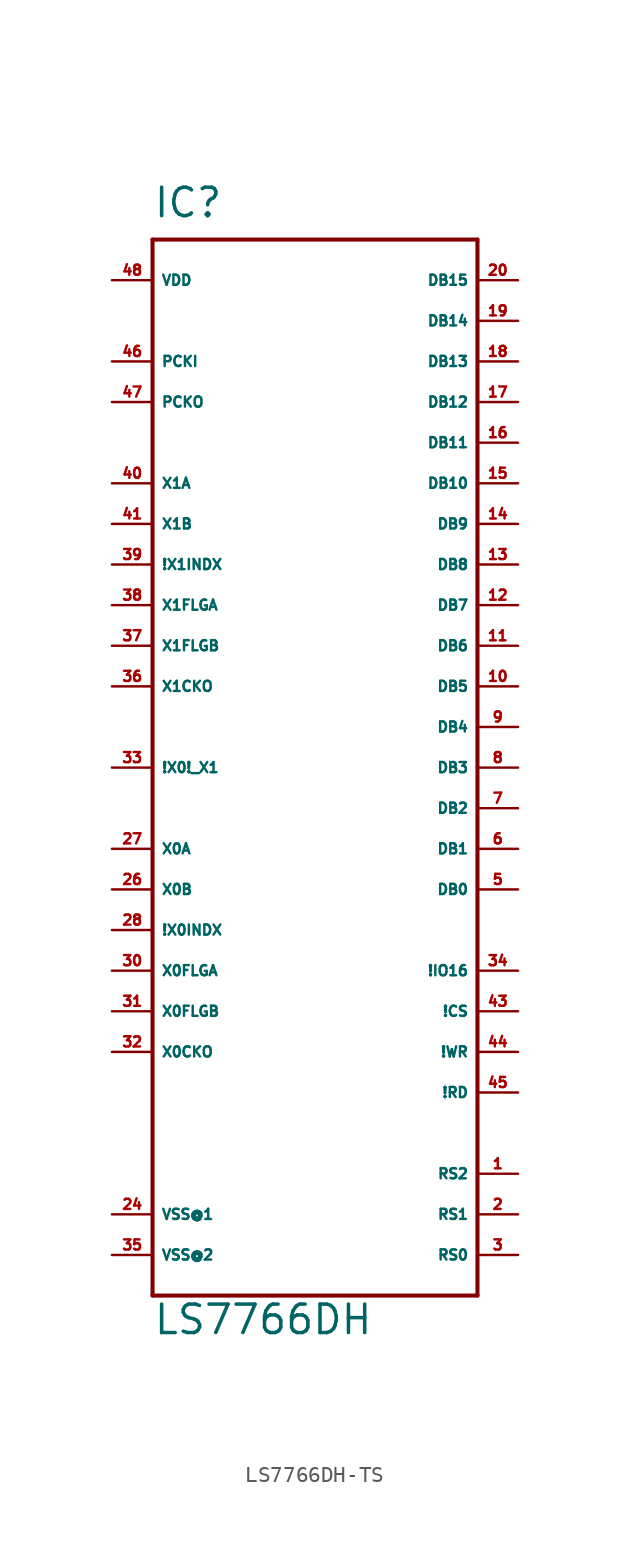
<source format=kicad_sym>
(kicad_symbol_lib
  (version 20220914)
  (generator Eagle2Kicad)
  (symbol "LS7766DH-TS"
    (property "Reference" "IC"
      (at -10.16 31.75 0)
      (effects (font (size 1.778 1.778) (thickness 0.22)) (justify left bottom)))
    (property "Value" "LS7766DH"
      (at -10.16 -38.1 0)
      (effects (font (size 1.778 1.778) (thickness 0.22)) (justify left bottom)))
    (polyline
      (pts (xy -10.16 30.48) (xy 10.16 30.48))
      (stroke (width 0.254) (type default))
      (fill (type none)))
    (polyline
      (pts (xy 10.16 30.48) (xy 10.16 -35.56))
      (stroke (width 0.254) (type default))
      (fill (type none)))
    (polyline
      (pts (xy 10.16 -35.56) (xy -10.16 -35.56))
      (stroke (width 0.254) (type default))
      (fill (type none)))
    (polyline
      (pts (xy -10.16 -35.56) (xy -10.16 30.48))
      (stroke (width 0.254) (type default))
      (fill (type none)))
    (pin tri_state line
      (at 12.7 -10.16 180)
      (length 2.54)
      (name "DB0" (effects (font (size 0.635 0.635) (thickness 0.08)) (justify left bottom)))
      (number "5" (effects (font (size 0.635 0.635) (thickness 0.08)) (justify left bottom))))
    (pin tri_state line
      (at 12.7 -7.62 180)
      (length 2.54)
      (name "DB1" (effects (font (size 0.635 0.635) (thickness 0.08)) (justify left bottom)))
      (number "6" (effects (font (size 0.635 0.635) (thickness 0.08)) (justify left bottom))))
    (pin tri_state line
      (at 12.7 -5.08 180)
      (length 2.54)
      (name "DB2" (effects (font (size 0.635 0.635) (thickness 0.08)) (justify left bottom)))
      (number "7" (effects (font (size 0.635 0.635) (thickness 0.08)) (justify left bottom))))
    (pin tri_state line
      (at 12.7 -2.54 180)
      (length 2.54)
      (name "DB3" (effects (font (size 0.635 0.635) (thickness 0.08)) (justify left bottom)))
      (number "8" (effects (font (size 0.635 0.635) (thickness 0.08)) (justify left bottom))))
    (pin tri_state line
      (at 12.7 0 180)
      (length 2.54)
      (name "DB4" (effects (font (size 0.635 0.635) (thickness 0.08)) (justify left bottom)))
      (number "9" (effects (font (size 0.635 0.635) (thickness 0.08)) (justify left bottom))))
    (pin tri_state line
      (at 12.7 2.54 180)
      (length 2.54)
      (name "DB5" (effects (font (size 0.635 0.635) (thickness 0.08)) (justify left bottom)))
      (number "10" (effects (font (size 0.635 0.635) (thickness 0.08)) (justify left bottom))))
    (pin tri_state line
      (at 12.7 5.08 180)
      (length 2.54)
      (name "DB6" (effects (font (size 0.635 0.635) (thickness 0.08)) (justify left bottom)))
      (number "11" (effects (font (size 0.635 0.635) (thickness 0.08)) (justify left bottom))))
    (pin tri_state line
      (at 12.7 7.62 180)
      (length 2.54)
      (name "DB7" (effects (font (size 0.635 0.635) (thickness 0.08)) (justify left bottom)))
      (number "12" (effects (font (size 0.635 0.635) (thickness 0.08)) (justify left bottom))))
    (pin tri_state line
      (at 12.7 10.16 180)
      (length 2.54)
      (name "DB8" (effects (font (size 0.635 0.635) (thickness 0.08)) (justify left bottom)))
      (number "13" (effects (font (size 0.635 0.635) (thickness 0.08)) (justify left bottom))))
    (pin tri_state line
      (at 12.7 12.7 180)
      (length 2.54)
      (name "DB9" (effects (font (size 0.635 0.635) (thickness 0.08)) (justify left bottom)))
      (number "14" (effects (font (size 0.635 0.635) (thickness 0.08)) (justify left bottom))))
    (pin tri_state line
      (at 12.7 15.24 180)
      (length 2.54)
      (name "DB10" (effects (font (size 0.635 0.635) (thickness 0.08)) (justify left bottom)))
      (number "15" (effects (font (size 0.635 0.635) (thickness 0.08)) (justify left bottom))))
    (pin tri_state line
      (at 12.7 17.78 180)
      (length 2.54)
      (name "DB11" (effects (font (size 0.635 0.635) (thickness 0.08)) (justify left bottom)))
      (number "16" (effects (font (size 0.635 0.635) (thickness 0.08)) (justify left bottom))))
    (pin tri_state line
      (at 12.7 20.32 180)
      (length 2.54)
      (name "DB12" (effects (font (size 0.635 0.635) (thickness 0.08)) (justify left bottom)))
      (number "17" (effects (font (size 0.635 0.635) (thickness 0.08)) (justify left bottom))))
    (pin tri_state line
      (at 12.7 22.86 180)
      (length 2.54)
      (name "DB13" (effects (font (size 0.635 0.635) (thickness 0.08)) (justify left bottom)))
      (number "18" (effects (font (size 0.635 0.635) (thickness 0.08)) (justify left bottom))))
    (pin tri_state line
      (at 12.7 25.4 180)
      (length 2.54)
      (name "DB14" (effects (font (size 0.635 0.635) (thickness 0.08)) (justify left bottom)))
      (number "19" (effects (font (size 0.635 0.635) (thickness 0.08)) (justify left bottom))))
    (pin tri_state line
      (at 12.7 27.94 180)
      (length 2.54)
      (name "DB15" (effects (font (size 0.635 0.635) (thickness 0.08)) (justify left bottom)))
      (number "20" (effects (font (size 0.635 0.635) (thickness 0.08)) (justify left bottom))))
    (pin input line
      (at 12.7 -33.02 180)
      (length 2.54)
      (name "RS0" (effects (font (size 0.635 0.635) (thickness 0.08)) (justify left bottom)))
      (number "3" (effects (font (size 0.635 0.635) (thickness 0.08)) (justify left bottom))))
    (pin input line
      (at 12.7 -30.48 180)
      (length 2.54)
      (name "RS1" (effects (font (size 0.635 0.635) (thickness 0.08)) (justify left bottom)))
      (number "2" (effects (font (size 0.635 0.635) (thickness 0.08)) (justify left bottom))))
    (pin input line
      (at 12.7 -27.94 180)
      (length 2.54)
      (name "RS2" (effects (font (size 0.635 0.635) (thickness 0.08)) (justify left bottom)))
      (number "1" (effects (font (size 0.635 0.635) (thickness 0.08)) (justify left bottom))))
    (pin unspecified line
      (at -12.7 27.94 0)
      (length 2.54)
      (name "VDD" (effects (font (size 0.635 0.635) (thickness 0.08)) (justify left bottom)))
      (number "48" (effects (font (size 0.635 0.635) (thickness 0.08)) (justify left bottom))))
    (pin unspecified line
      (at -12.7 -30.48 0)
      (length 2.54)
      (name "VSS@1" (effects (font (size 0.635 0.635) (thickness 0.08)) (justify left bottom)))
      (number "24" (effects (font (size 0.635 0.635) (thickness 0.08)) (justify left bottom))))
    (pin output line
      (at -12.7 20.32 0)
      (length 2.54)
      (name "PCKO" (effects (font (size 0.635 0.635) (thickness 0.08)) (justify left bottom)))
      (number "47" (effects (font (size 0.635 0.635) (thickness 0.08)) (justify left bottom))))
    (pin input line
      (at -12.7 22.86 0)
      (length 2.54)
      (name "PCKI" (effects (font (size 0.635 0.635) (thickness 0.08)) (justify left bottom)))
      (number "46" (effects (font (size 0.635 0.635) (thickness 0.08)) (justify left bottom))))
    (pin input line
      (at 12.7 -22.86 180)
      (length 2.54)
      (name "!RD" (effects (font (size 0.635 0.635) (thickness 0.08)) (justify left bottom)))
      (number "45" (effects (font (size 0.635 0.635) (thickness 0.08)) (justify left bottom))))
    (pin input line
      (at 12.7 -20.32 180)
      (length 2.54)
      (name "!WR" (effects (font (size 0.635 0.635) (thickness 0.08)) (justify left bottom)))
      (number "44" (effects (font (size 0.635 0.635) (thickness 0.08)) (justify left bottom))))
    (pin input line
      (at 12.7 -17.78 180)
      (length 2.54)
      (name "!CS" (effects (font (size 0.635 0.635) (thickness 0.08)) (justify left bottom)))
      (number "43" (effects (font (size 0.635 0.635) (thickness 0.08)) (justify left bottom))))
    (pin input line
      (at 12.7 -15.24 180)
      (length 2.54)
      (name "!IO16" (effects (font (size 0.635 0.635) (thickness 0.08)) (justify left bottom)))
      (number "34" (effects (font (size 0.635 0.635) (thickness 0.08)) (justify left bottom))))
    (pin input line
      (at -12.7 15.24 0)
      (length 2.54)
      (name "X1A" (effects (font (size 0.635 0.635) (thickness 0.08)) (justify left bottom)))
      (number "40" (effects (font (size 0.635 0.635) (thickness 0.08)) (justify left bottom))))
    (pin input line
      (at -12.7 12.7 0)
      (length 2.54)
      (name "X1B" (effects (font (size 0.635 0.635) (thickness 0.08)) (justify left bottom)))
      (number "41" (effects (font (size 0.635 0.635) (thickness 0.08)) (justify left bottom))))
    (pin input line
      (at -12.7 10.16 0)
      (length 2.54)
      (name "!X1INDX" (effects (font (size 0.635 0.635) (thickness 0.08)) (justify left bottom)))
      (number "39" (effects (font (size 0.635 0.635) (thickness 0.08)) (justify left bottom))))
    (pin output line
      (at -12.7 7.62 0)
      (length 2.54)
      (name "X1FLGA" (effects (font (size 0.635 0.635) (thickness 0.08)) (justify left bottom)))
      (number "38" (effects (font (size 0.635 0.635) (thickness 0.08)) (justify left bottom))))
    (pin output line
      (at -12.7 5.08 0)
      (length 2.54)
      (name "X1FLGB" (effects (font (size 0.635 0.635) (thickness 0.08)) (justify left bottom)))
      (number "37" (effects (font (size 0.635 0.635) (thickness 0.08)) (justify left bottom))))
    (pin output line
      (at -12.7 2.54 0)
      (length 2.54)
      (name "X1CKO" (effects (font (size 0.635 0.635) (thickness 0.08)) (justify left bottom)))
      (number "36" (effects (font (size 0.635 0.635) (thickness 0.08)) (justify left bottom))))
    (pin output line
      (at -12.7 -2.54 0)
      (length 2.54)
      (name "!X0!_X1" (effects (font (size 0.635 0.635) (thickness 0.08)) (justify left bottom)))
      (number "33" (effects (font (size 0.635 0.635) (thickness 0.08)) (justify left bottom))))
    (pin output line
      (at -12.7 -20.32 0)
      (length 2.54)
      (name "X0CKO" (effects (font (size 0.635 0.635) (thickness 0.08)) (justify left bottom)))
      (number "32" (effects (font (size 0.635 0.635) (thickness 0.08)) (justify left bottom))))
    (pin input line
      (at -12.7 -7.62 0)
      (length 2.54)
      (name "X0A" (effects (font (size 0.635 0.635) (thickness 0.08)) (justify left bottom)))
      (number "27" (effects (font (size 0.635 0.635) (thickness 0.08)) (justify left bottom))))
    (pin input line
      (at -12.7 -10.16 0)
      (length 2.54)
      (name "X0B" (effects (font (size 0.635 0.635) (thickness 0.08)) (justify left bottom)))
      (number "26" (effects (font (size 0.635 0.635) (thickness 0.08)) (justify left bottom))))
    (pin output line
      (at -12.7 -15.24 0)
      (length 2.54)
      (name "X0FLGA" (effects (font (size 0.635 0.635) (thickness 0.08)) (justify left bottom)))
      (number "30" (effects (font (size 0.635 0.635) (thickness 0.08)) (justify left bottom))))
    (pin output line
      (at -12.7 -17.78 0)
      (length 2.54)
      (name "X0FLGB" (effects (font (size 0.635 0.635) (thickness 0.08)) (justify left bottom)))
      (number "31" (effects (font (size 0.635 0.635) (thickness 0.08)) (justify left bottom))))
    (pin input line
      (at -12.7 -12.7 0)
      (length 2.54)
      (name "!X0INDX" (effects (font (size 0.635 0.635) (thickness 0.08)) (justify left bottom)))
      (number "28" (effects (font (size 0.635 0.635) (thickness 0.08)) (justify left bottom))))
    (pin unspecified line
      (at -12.7 -33.02 0)
      (length 2.54)
      (name "VSS@2" (effects (font (size 0.635 0.635) (thickness 0.08)) (justify left bottom)))
      (number "35" (effects (font (size 0.635 0.635) (thickness 0.08)) (justify left bottom))))))
</source>
